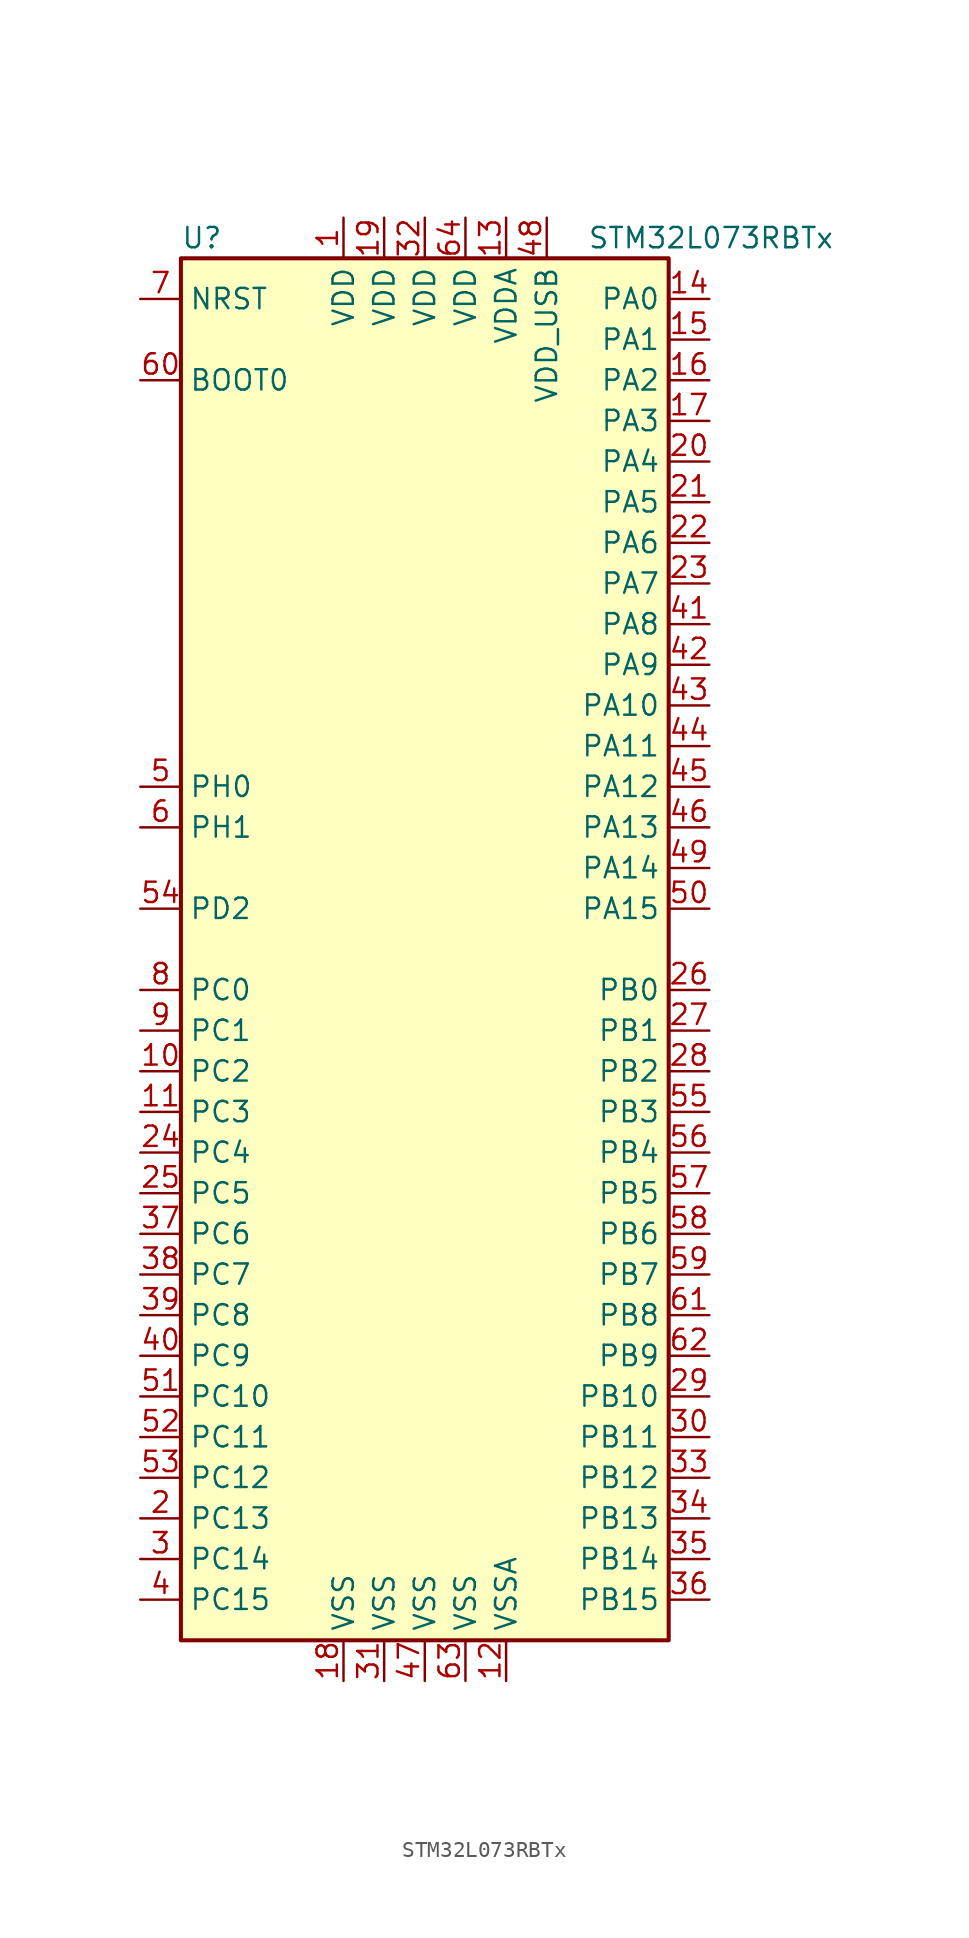
<source format=kicad_sym>
(kicad_symbol_lib
  (version 20211014)
  (generator kicad_symbol_editor)
  (symbol "STM32L073RBTx"
    (property "Reference" "U"
      (at -15.24 44.45 0)
      (effects (font (size 1.27 1.27)) (justify left)))
    (property "Value" "STM32L073RBTx"
      (at 10.16 44.45 0)
      (effects (font (size 1.27 1.27)) (justify left)))
    (symbol "STM32L073RBTx_0_1"
      (rectangle (start -15.24 -43.18) (end 15.24 43.18) (stroke (width 0.254) (type default) (color 0 0 0 0)) (fill (type background))))
    (symbol "STM32L073RBTx_1_1"
      (pin power_in line (at -5.08 45.72 270) (length 2.54) (name "VDD" (effects (font (size 1.27 1.27)))) (number "1" (effects (font (size 1.27 1.27)))))
      (pin bidirectional line (at -17.78 -7.62 0) (length 2.54) (name "PC2" (effects (font (size 1.27 1.27)))) (number "10" (effects (font (size 1.27 1.27)))))
      (pin bidirectional line (at -17.78 -10.16 0) (length 2.54) (name "PC3" (effects (font (size 1.27 1.27)))) (number "11" (effects (font (size 1.27 1.27)))))
      (pin power_in line (at 5.08 -45.72 90) (length 2.54) (name "VSSA" (effects (font (size 1.27 1.27)))) (number "12" (effects (font (size 1.27 1.27)))))
      (pin power_in line (at 5.08 45.72 270) (length 2.54) (name "VDDA" (effects (font (size 1.27 1.27)))) (number "13" (effects (font (size 1.27 1.27)))))
      (pin bidirectional line (at 17.78 40.64 180) (length 2.54) (name "PA0" (effects (font (size 1.27 1.27)))) (number "14" (effects (font (size 1.27 1.27)))))
      (pin bidirectional line (at 17.78 38.1 180) (length 2.54) (name "PA1" (effects (font (size 1.27 1.27)))) (number "15" (effects (font (size 1.27 1.27)))))
      (pin bidirectional line (at 17.78 35.56 180) (length 2.54) (name "PA2" (effects (font (size 1.27 1.27)))) (number "16" (effects (font (size 1.27 1.27)))))
      (pin bidirectional line (at 17.78 33.02 180) (length 2.54) (name "PA3" (effects (font (size 1.27 1.27)))) (number "17" (effects (font (size 1.27 1.27)))))
      (pin power_in line (at -5.08 -45.72 90) (length 2.54) (name "VSS" (effects (font (size 1.27 1.27)))) (number "18" (effects (font (size 1.27 1.27)))))
      (pin power_in line (at -2.54 45.72 270) (length 2.54) (name "VDD" (effects (font (size 1.27 1.27)))) (number "19" (effects (font (size 1.27 1.27)))))
      (pin bidirectional line (at -17.78 -35.56 0) (length 2.54) (name "PC13" (effects (font (size 1.27 1.27)))) (number "2" (effects (font (size 1.27 1.27)))))
      (pin bidirectional line (at 17.78 30.48 180) (length 2.54) (name "PA4" (effects (font (size 1.27 1.27)))) (number "20" (effects (font (size 1.27 1.27)))))
      (pin bidirectional line (at 17.78 27.94 180) (length 2.54) (name "PA5" (effects (font (size 1.27 1.27)))) (number "21" (effects (font (size 1.27 1.27)))))
      (pin bidirectional line (at 17.78 25.4 180) (length 2.54) (name "PA6" (effects (font (size 1.27 1.27)))) (number "22" (effects (font (size 1.27 1.27)))))
      (pin bidirectional line (at 17.78 22.86 180) (length 2.54) (name "PA7" (effects (font (size 1.27 1.27)))) (number "23" (effects (font (size 1.27 1.27)))))
      (pin bidirectional line (at -17.78 -12.7 0) (length 2.54) (name "PC4" (effects (font (size 1.27 1.27)))) (number "24" (effects (font (size 1.27 1.27)))))
      (pin bidirectional line (at -17.78 -15.24 0) (length 2.54) (name "PC5" (effects (font (size 1.27 1.27)))) (number "25" (effects (font (size 1.27 1.27)))))
      (pin bidirectional line (at 17.78 -2.54 180) (length 2.54) (name "PB0" (effects (font (size 1.27 1.27)))) (number "26" (effects (font (size 1.27 1.27)))))
      (pin bidirectional line (at 17.78 -5.08 180) (length 2.54) (name "PB1" (effects (font (size 1.27 1.27)))) (number "27" (effects (font (size 1.27 1.27)))))
      (pin bidirectional line (at 17.78 -7.62 180) (length 2.54) (name "PB2" (effects (font (size 1.27 1.27)))) (number "28" (effects (font (size 1.27 1.27)))))
      (pin bidirectional line (at 17.78 -27.94 180) (length 2.54) (name "PB10" (effects (font (size 1.27 1.27)))) (number "29" (effects (font (size 1.27 1.27)))))
      (pin bidirectional line (at -17.78 -38.1 0) (length 2.54) (name "PC14" (effects (font (size 1.27 1.27)))) (number "3" (effects (font (size 1.27 1.27)))))
      (pin bidirectional line (at 17.78 -30.48 180) (length 2.54) (name "PB11" (effects (font (size 1.27 1.27)))) (number "30" (effects (font (size 1.27 1.27)))))
      (pin power_in line (at -2.54 -45.72 90) (length 2.54) (name "VSS" (effects (font (size 1.27 1.27)))) (number "31" (effects (font (size 1.27 1.27)))))
      (pin power_in line (at 0 45.72 270) (length 2.54) (name "VDD" (effects (font (size 1.27 1.27)))) (number "32" (effects (font (size 1.27 1.27)))))
      (pin bidirectional line (at 17.78 -33.02 180) (length 2.54) (name "PB12" (effects (font (size 1.27 1.27)))) (number "33" (effects (font (size 1.27 1.27)))))
      (pin bidirectional line (at 17.78 -35.56 180) (length 2.54) (name "PB13" (effects (font (size 1.27 1.27)))) (number "34" (effects (font (size 1.27 1.27)))))
      (pin bidirectional line (at 17.78 -38.1 180) (length 2.54) (name "PB14" (effects (font (size 1.27 1.27)))) (number "35" (effects (font (size 1.27 1.27)))))
      (pin bidirectional line (at 17.78 -40.64 180) (length 2.54) (name "PB15" (effects (font (size 1.27 1.27)))) (number "36" (effects (font (size 1.27 1.27)))))
      (pin bidirectional line (at -17.78 -17.78 0) (length 2.54) (name "PC6" (effects (font (size 1.27 1.27)))) (number "37" (effects (font (size 1.27 1.27)))))
      (pin bidirectional line (at -17.78 -20.32 0) (length 2.54) (name "PC7" (effects (font (size 1.27 1.27)))) (number "38" (effects (font (size 1.27 1.27)))))
      (pin bidirectional line (at -17.78 -22.86 0) (length 2.54) (name "PC8" (effects (font (size 1.27 1.27)))) (number "39" (effects (font (size 1.27 1.27)))))
      (pin bidirectional line (at -17.78 -40.64 0) (length 2.54) (name "PC15" (effects (font (size 1.27 1.27)))) (number "4" (effects (font (size 1.27 1.27)))))
      (pin bidirectional line (at -17.78 -25.4 0) (length 2.54) (name "PC9" (effects (font (size 1.27 1.27)))) (number "40" (effects (font (size 1.27 1.27)))))
      (pin bidirectional line (at 17.78 20.32 180) (length 2.54) (name "PA8" (effects (font (size 1.27 1.27)))) (number "41" (effects (font (size 1.27 1.27)))))
      (pin bidirectional line (at 17.78 17.78 180) (length 2.54) (name "PA9" (effects (font (size 1.27 1.27)))) (number "42" (effects (font (size 1.27 1.27)))))
      (pin bidirectional line (at 17.78 15.24 180) (length 2.54) (name "PA10" (effects (font (size 1.27 1.27)))) (number "43" (effects (font (size 1.27 1.27)))))
      (pin bidirectional line (at 17.78 12.7 180) (length 2.54) (name "PA11" (effects (font (size 1.27 1.27)))) (number "44" (effects (font (size 1.27 1.27)))))
      (pin bidirectional line (at 17.78 10.16 180) (length 2.54) (name "PA12" (effects (font (size 1.27 1.27)))) (number "45" (effects (font (size 1.27 1.27)))))
      (pin bidirectional line (at 17.78 7.62 180) (length 2.54) (name "PA13" (effects (font (size 1.27 1.27)))) (number "46" (effects (font (size 1.27 1.27)))))
      (pin power_in line (at 0 -45.72 90) (length 2.54) (name "VSS" (effects (font (size 1.27 1.27)))) (number "47" (effects (font (size 1.27 1.27)))))
      (pin power_in line (at 7.62 45.72 270) (length 2.54) (name "VDD_USB" (effects (font (size 1.27 1.27)))) (number "48" (effects (font (size 1.27 1.27)))))
      (pin bidirectional line (at 17.78 5.08 180) (length 2.54) (name "PA14" (effects (font (size 1.27 1.27)))) (number "49" (effects (font (size 1.27 1.27)))))
      (pin input line (at -17.78 10.16 0) (length 2.54) (name "PH0" (effects (font (size 1.27 1.27)))) (number "5" (effects (font (size 1.27 1.27)))))
      (pin bidirectional line (at 17.78 2.54 180) (length 2.54) (name "PA15" (effects (font (size 1.27 1.27)))) (number "50" (effects (font (size 1.27 1.27)))))
      (pin bidirectional line (at -17.78 -27.94 0) (length 2.54) (name "PC10" (effects (font (size 1.27 1.27)))) (number "51" (effects (font (size 1.27 1.27)))))
      (pin bidirectional line (at -17.78 -30.48 0) (length 2.54) (name "PC11" (effects (font (size 1.27 1.27)))) (number "52" (effects (font (size 1.27 1.27)))))
      (pin bidirectional line (at -17.78 -33.02 0) (length 2.54) (name "PC12" (effects (font (size 1.27 1.27)))) (number "53" (effects (font (size 1.27 1.27)))))
      (pin bidirectional line (at -17.78 2.54 0) (length 2.54) (name "PD2" (effects (font (size 1.27 1.27)))) (number "54" (effects (font (size 1.27 1.27)))))
      (pin bidirectional line (at 17.78 -10.16 180) (length 2.54) (name "PB3" (effects (font (size 1.27 1.27)))) (number "55" (effects (font (size 1.27 1.27)))))
      (pin bidirectional line (at 17.78 -12.7 180) (length 2.54) (name "PB4" (effects (font (size 1.27 1.27)))) (number "56" (effects (font (size 1.27 1.27)))))
      (pin bidirectional line (at 17.78 -15.24 180) (length 2.54) (name "PB5" (effects (font (size 1.27 1.27)))) (number "57" (effects (font (size 1.27 1.27)))))
      (pin bidirectional line (at 17.78 -17.78 180) (length 2.54) (name "PB6" (effects (font (size 1.27 1.27)))) (number "58" (effects (font (size 1.27 1.27)))))
      (pin bidirectional line (at 17.78 -20.32 180) (length 2.54) (name "PB7" (effects (font (size 1.27 1.27)))) (number "59" (effects (font (size 1.27 1.27)))))
      (pin input line (at -17.78 7.62 0) (length 2.54) (name "PH1" (effects (font (size 1.27 1.27)))) (number "6" (effects (font (size 1.27 1.27)))))
      (pin input line (at -17.78 35.56 0) (length 2.54) (name "BOOT0" (effects (font (size 1.27 1.27)))) (number "60" (effects (font (size 1.27 1.27)))))
      (pin bidirectional line (at 17.78 -22.86 180) (length 2.54) (name "PB8" (effects (font (size 1.27 1.27)))) (number "61" (effects (font (size 1.27 1.27)))))
      (pin bidirectional line (at 17.78 -25.4 180) (length 2.54) (name "PB9" (effects (font (size 1.27 1.27)))) (number "62" (effects (font (size 1.27 1.27)))))
      (pin power_in line (at 2.54 -45.72 90) (length 2.54) (name "VSS" (effects (font (size 1.27 1.27)))) (number "63" (effects (font (size 1.27 1.27)))))
      (pin power_in line (at 2.54 45.72 270) (length 2.54) (name "VDD" (effects (font (size 1.27 1.27)))) (number "64" (effects (font (size 1.27 1.27)))))
      (pin input line (at -17.78 40.64 0) (length 2.54) (name "NRST" (effects (font (size 1.27 1.27)))) (number "7" (effects (font (size 1.27 1.27)))))
      (pin bidirectional line (at -17.78 -2.54 0) (length 2.54) (name "PC0" (effects (font (size 1.27 1.27)))) (number "8" (effects (font (size 1.27 1.27)))))
      (pin bidirectional line (at -17.78 -5.08 0) (length 2.54) (name "PC1" (effects (font (size 1.27 1.27)))) (number "9" (effects (font (size 1.27 1.27))))))))
</source>
